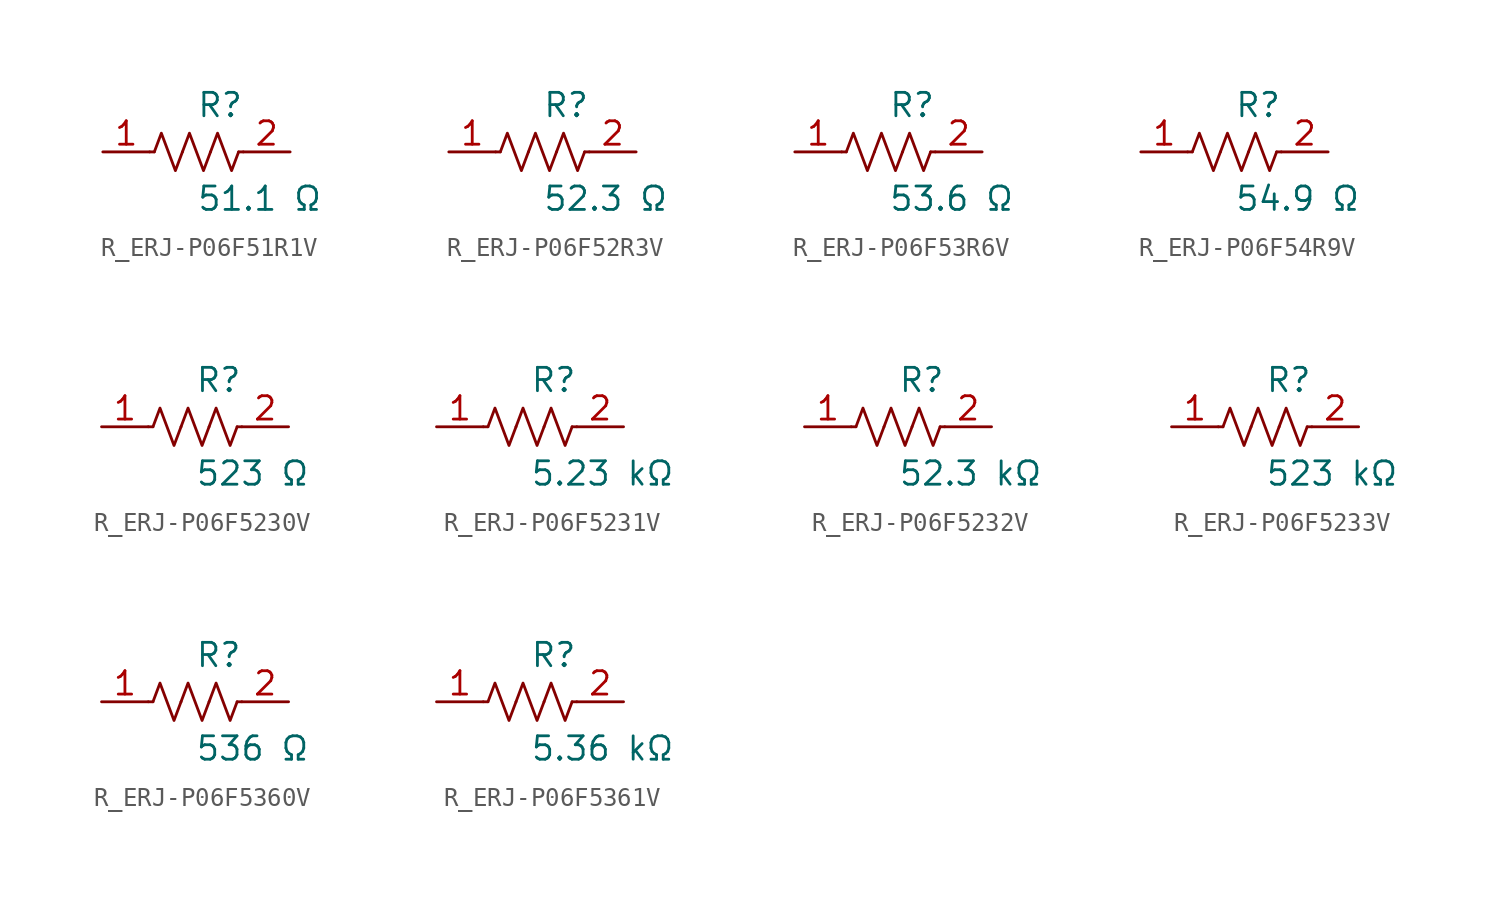
<source format=kicad_sym>
(kicad_symbol_lib
  (version 20231120)
  (generator kicad_symbol_editor)
  (generator_version 8.0)
  (symbol "R_ERJ-P06F51R1V"
    (pin_names
      (offset 0.254))
    (property "Reference" "R"
      (at 0.0 2.54 0)
      (effects (font (size 1.27 1.27)) (justify left)))
    (property "Value" "51.1 Ω"
      (at 0.0 -2.54 0)
      (effects (font (size 1.27 1.27)) (justify left)))
    (symbol "R_ERJ-P06F51R1V_0_1"
      (polyline (pts (xy 2.286 0) (xy 2.54 0)) (stroke (width 0) (type default)) (fill (type none)))
      (polyline (pts (xy -2.286 0) (xy -2.54 0)) (stroke (width 0) (type default)) (fill (type none)))
      (polyline (pts (xy 0.762 0) (xy 1.143 1.016) (xy 1.524 0) (xy 1.905 -1.016) (xy 2.286 0)) (stroke (width 0) (type default)) (fill (type none)))
      (polyline (pts (xy -0.762 0) (xy -0.381 1.016) (xy 0 0) (xy 0.381 -1.016) (xy 0.762 0)) (stroke (width 0) (type default)) (fill (type none)))
      (polyline (pts (xy -2.286 0) (xy -1.905 1.016) (xy -1.524 0) (xy -1.143 -1.016) (xy -0.762 0)) (stroke (width 0) (type default)) (fill (type none))))
    (pin unspecified line
      (at -5.08 0 0)
      (length 2.54)
      (name "" (effects (font (size 1.27 1.27))))
      (number "1" (effects (font (size 1.27 1.27)))))
    (pin unspecified line
      (at 5.08 0 180)
      (length 2.54)
      (name "" (effects (font (size 1.27 1.27))))
      (number "2" (effects (font (size 1.27 1.27))))))
  (symbol "R_ERJ-P06F52R3V"
    (pin_names
      (offset 0.254))
    (property "Reference" "R"
      (at 0.0 2.54 0)
      (effects (font (size 1.27 1.27)) (justify left)))
    (property "Value" "52.3 Ω"
      (at 0.0 -2.54 0)
      (effects (font (size 1.27 1.27)) (justify left)))
    (symbol "R_ERJ-P06F52R3V_0_1"
      (polyline (pts (xy 2.286 0) (xy 2.54 0)) (stroke (width 0) (type default)) (fill (type none)))
      (polyline (pts (xy -2.286 0) (xy -2.54 0)) (stroke (width 0) (type default)) (fill (type none)))
      (polyline (pts (xy 0.762 0) (xy 1.143 1.016) (xy 1.524 0) (xy 1.905 -1.016) (xy 2.286 0)) (stroke (width 0) (type default)) (fill (type none)))
      (polyline (pts (xy -0.762 0) (xy -0.381 1.016) (xy 0 0) (xy 0.381 -1.016) (xy 0.762 0)) (stroke (width 0) (type default)) (fill (type none)))
      (polyline (pts (xy -2.286 0) (xy -1.905 1.016) (xy -1.524 0) (xy -1.143 -1.016) (xy -0.762 0)) (stroke (width 0) (type default)) (fill (type none))))
    (pin unspecified line
      (at -5.08 0 0)
      (length 2.54)
      (name "" (effects (font (size 1.27 1.27))))
      (number "1" (effects (font (size 1.27 1.27)))))
    (pin unspecified line
      (at 5.08 0 180)
      (length 2.54)
      (name "" (effects (font (size 1.27 1.27))))
      (number "2" (effects (font (size 1.27 1.27))))))
  (symbol "R_ERJ-P06F53R6V"
    (pin_names
      (offset 0.254))
    (property "Reference" "R"
      (at 0.0 2.54 0)
      (effects (font (size 1.27 1.27)) (justify left)))
    (property "Value" "53.6 Ω"
      (at 0.0 -2.54 0)
      (effects (font (size 1.27 1.27)) (justify left)))
    (symbol "R_ERJ-P06F53R6V_0_1"
      (polyline (pts (xy 2.286 0) (xy 2.54 0)) (stroke (width 0) (type default)) (fill (type none)))
      (polyline (pts (xy -2.286 0) (xy -2.54 0)) (stroke (width 0) (type default)) (fill (type none)))
      (polyline (pts (xy 0.762 0) (xy 1.143 1.016) (xy 1.524 0) (xy 1.905 -1.016) (xy 2.286 0)) (stroke (width 0) (type default)) (fill (type none)))
      (polyline (pts (xy -0.762 0) (xy -0.381 1.016) (xy 0 0) (xy 0.381 -1.016) (xy 0.762 0)) (stroke (width 0) (type default)) (fill (type none)))
      (polyline (pts (xy -2.286 0) (xy -1.905 1.016) (xy -1.524 0) (xy -1.143 -1.016) (xy -0.762 0)) (stroke (width 0) (type default)) (fill (type none))))
    (pin unspecified line
      (at -5.08 0 0)
      (length 2.54)
      (name "" (effects (font (size 1.27 1.27))))
      (number "1" (effects (font (size 1.27 1.27)))))
    (pin unspecified line
      (at 5.08 0 180)
      (length 2.54)
      (name "" (effects (font (size 1.27 1.27))))
      (number "2" (effects (font (size 1.27 1.27))))))
  (symbol "R_ERJ-P06F54R9V"
    (pin_names
      (offset 0.254))
    (property "Reference" "R"
      (at 0.0 2.54 0)
      (effects (font (size 1.27 1.27)) (justify left)))
    (property "Value" "54.9 Ω"
      (at 0.0 -2.54 0)
      (effects (font (size 1.27 1.27)) (justify left)))
    (symbol "R_ERJ-P06F54R9V_0_1"
      (polyline (pts (xy 2.286 0) (xy 2.54 0)) (stroke (width 0) (type default)) (fill (type none)))
      (polyline (pts (xy -2.286 0) (xy -2.54 0)) (stroke (width 0) (type default)) (fill (type none)))
      (polyline (pts (xy 0.762 0) (xy 1.143 1.016) (xy 1.524 0) (xy 1.905 -1.016) (xy 2.286 0)) (stroke (width 0) (type default)) (fill (type none)))
      (polyline (pts (xy -0.762 0) (xy -0.381 1.016) (xy 0 0) (xy 0.381 -1.016) (xy 0.762 0)) (stroke (width 0) (type default)) (fill (type none)))
      (polyline (pts (xy -2.286 0) (xy -1.905 1.016) (xy -1.524 0) (xy -1.143 -1.016) (xy -0.762 0)) (stroke (width 0) (type default)) (fill (type none))))
    (pin unspecified line
      (at -5.08 0 0)
      (length 2.54)
      (name "" (effects (font (size 1.27 1.27))))
      (number "1" (effects (font (size 1.27 1.27)))))
    (pin unspecified line
      (at 5.08 0 180)
      (length 2.54)
      (name "" (effects (font (size 1.27 1.27))))
      (number "2" (effects (font (size 1.27 1.27))))))
  (symbol "R_ERJ-P06F5230V"
    (pin_names
      (offset 0.254))
    (property "Reference" "R"
      (at 0.0 2.54 0)
      (effects (font (size 1.27 1.27)) (justify left)))
    (property "Value" "523 Ω"
      (at 0.0 -2.54 0)
      (effects (font (size 1.27 1.27)) (justify left)))
    (symbol "R_ERJ-P06F5230V_0_1"
      (polyline (pts (xy 2.286 0) (xy 2.54 0)) (stroke (width 0) (type default)) (fill (type none)))
      (polyline (pts (xy -2.286 0) (xy -2.54 0)) (stroke (width 0) (type default)) (fill (type none)))
      (polyline (pts (xy 0.762 0) (xy 1.143 1.016) (xy 1.524 0) (xy 1.905 -1.016) (xy 2.286 0)) (stroke (width 0) (type default)) (fill (type none)))
      (polyline (pts (xy -0.762 0) (xy -0.381 1.016) (xy 0 0) (xy 0.381 -1.016) (xy 0.762 0)) (stroke (width 0) (type default)) (fill (type none)))
      (polyline (pts (xy -2.286 0) (xy -1.905 1.016) (xy -1.524 0) (xy -1.143 -1.016) (xy -0.762 0)) (stroke (width 0) (type default)) (fill (type none))))
    (pin unspecified line
      (at -5.08 0 0)
      (length 2.54)
      (name "" (effects (font (size 1.27 1.27))))
      (number "1" (effects (font (size 1.27 1.27)))))
    (pin unspecified line
      (at 5.08 0 180)
      (length 2.54)
      (name "" (effects (font (size 1.27 1.27))))
      (number "2" (effects (font (size 1.27 1.27))))))
  (symbol "R_ERJ-P06F5231V"
    (pin_names
      (offset 0.254))
    (property "Reference" "R"
      (at 0.0 2.54 0)
      (effects (font (size 1.27 1.27)) (justify left)))
    (property "Value" "5.23 kΩ"
      (at 0.0 -2.54 0)
      (effects (font (size 1.27 1.27)) (justify left)))
    (symbol "R_ERJ-P06F5231V_0_1"
      (polyline (pts (xy 2.286 0) (xy 2.54 0)) (stroke (width 0) (type default)) (fill (type none)))
      (polyline (pts (xy -2.286 0) (xy -2.54 0)) (stroke (width 0) (type default)) (fill (type none)))
      (polyline (pts (xy 0.762 0) (xy 1.143 1.016) (xy 1.524 0) (xy 1.905 -1.016) (xy 2.286 0)) (stroke (width 0) (type default)) (fill (type none)))
      (polyline (pts (xy -0.762 0) (xy -0.381 1.016) (xy 0 0) (xy 0.381 -1.016) (xy 0.762 0)) (stroke (width 0) (type default)) (fill (type none)))
      (polyline (pts (xy -2.286 0) (xy -1.905 1.016) (xy -1.524 0) (xy -1.143 -1.016) (xy -0.762 0)) (stroke (width 0) (type default)) (fill (type none))))
    (pin unspecified line
      (at -5.08 0 0)
      (length 2.54)
      (name "" (effects (font (size 1.27 1.27))))
      (number "1" (effects (font (size 1.27 1.27)))))
    (pin unspecified line
      (at 5.08 0 180)
      (length 2.54)
      (name "" (effects (font (size 1.27 1.27))))
      (number "2" (effects (font (size 1.27 1.27))))))
  (symbol "R_ERJ-P06F5232V"
    (pin_names
      (offset 0.254))
    (property "Reference" "R"
      (at 0.0 2.54 0)
      (effects (font (size 1.27 1.27)) (justify left)))
    (property "Value" "52.3 kΩ"
      (at 0.0 -2.54 0)
      (effects (font (size 1.27 1.27)) (justify left)))
    (symbol "R_ERJ-P06F5232V_0_1"
      (polyline (pts (xy 2.286 0) (xy 2.54 0)) (stroke (width 0) (type default)) (fill (type none)))
      (polyline (pts (xy -2.286 0) (xy -2.54 0)) (stroke (width 0) (type default)) (fill (type none)))
      (polyline (pts (xy 0.762 0) (xy 1.143 1.016) (xy 1.524 0) (xy 1.905 -1.016) (xy 2.286 0)) (stroke (width 0) (type default)) (fill (type none)))
      (polyline (pts (xy -0.762 0) (xy -0.381 1.016) (xy 0 0) (xy 0.381 -1.016) (xy 0.762 0)) (stroke (width 0) (type default)) (fill (type none)))
      (polyline (pts (xy -2.286 0) (xy -1.905 1.016) (xy -1.524 0) (xy -1.143 -1.016) (xy -0.762 0)) (stroke (width 0) (type default)) (fill (type none))))
    (pin unspecified line
      (at -5.08 0 0)
      (length 2.54)
      (name "" (effects (font (size 1.27 1.27))))
      (number "1" (effects (font (size 1.27 1.27)))))
    (pin unspecified line
      (at 5.08 0 180)
      (length 2.54)
      (name "" (effects (font (size 1.27 1.27))))
      (number "2" (effects (font (size 1.27 1.27))))))
  (symbol "R_ERJ-P06F5233V"
    (pin_names
      (offset 0.254))
    (property "Reference" "R"
      (at 0.0 2.54 0)
      (effects (font (size 1.27 1.27)) (justify left)))
    (property "Value" "523 kΩ"
      (at 0.0 -2.54 0)
      (effects (font (size 1.27 1.27)) (justify left)))
    (symbol "R_ERJ-P06F5233V_0_1"
      (polyline (pts (xy 2.286 0) (xy 2.54 0)) (stroke (width 0) (type default)) (fill (type none)))
      (polyline (pts (xy -2.286 0) (xy -2.54 0)) (stroke (width 0) (type default)) (fill (type none)))
      (polyline (pts (xy 0.762 0) (xy 1.143 1.016) (xy 1.524 0) (xy 1.905 -1.016) (xy 2.286 0)) (stroke (width 0) (type default)) (fill (type none)))
      (polyline (pts (xy -0.762 0) (xy -0.381 1.016) (xy 0 0) (xy 0.381 -1.016) (xy 0.762 0)) (stroke (width 0) (type default)) (fill (type none)))
      (polyline (pts (xy -2.286 0) (xy -1.905 1.016) (xy -1.524 0) (xy -1.143 -1.016) (xy -0.762 0)) (stroke (width 0) (type default)) (fill (type none))))
    (pin unspecified line
      (at -5.08 0 0)
      (length 2.54)
      (name "" (effects (font (size 1.27 1.27))))
      (number "1" (effects (font (size 1.27 1.27)))))
    (pin unspecified line
      (at 5.08 0 180)
      (length 2.54)
      (name "" (effects (font (size 1.27 1.27))))
      (number "2" (effects (font (size 1.27 1.27))))))
  (symbol "R_ERJ-P06F5360V"
    (pin_names
      (offset 0.254))
    (property "Reference" "R"
      (at 0.0 2.54 0)
      (effects (font (size 1.27 1.27)) (justify left)))
    (property "Value" "536 Ω"
      (at 0.0 -2.54 0)
      (effects (font (size 1.27 1.27)) (justify left)))
    (symbol "R_ERJ-P06F5360V_0_1"
      (polyline (pts (xy 2.286 0) (xy 2.54 0)) (stroke (width 0) (type default)) (fill (type none)))
      (polyline (pts (xy -2.286 0) (xy -2.54 0)) (stroke (width 0) (type default)) (fill (type none)))
      (polyline (pts (xy 0.762 0) (xy 1.143 1.016) (xy 1.524 0) (xy 1.905 -1.016) (xy 2.286 0)) (stroke (width 0) (type default)) (fill (type none)))
      (polyline (pts (xy -0.762 0) (xy -0.381 1.016) (xy 0 0) (xy 0.381 -1.016) (xy 0.762 0)) (stroke (width 0) (type default)) (fill (type none)))
      (polyline (pts (xy -2.286 0) (xy -1.905 1.016) (xy -1.524 0) (xy -1.143 -1.016) (xy -0.762 0)) (stroke (width 0) (type default)) (fill (type none))))
    (pin unspecified line
      (at -5.08 0 0)
      (length 2.54)
      (name "" (effects (font (size 1.27 1.27))))
      (number "1" (effects (font (size 1.27 1.27)))))
    (pin unspecified line
      (at 5.08 0 180)
      (length 2.54)
      (name "" (effects (font (size 1.27 1.27))))
      (number "2" (effects (font (size 1.27 1.27))))))
  (symbol "R_ERJ-P06F5361V"
    (pin_names
      (offset 0.254))
    (property "Reference" "R"
      (at 0.0 2.54 0)
      (effects (font (size 1.27 1.27)) (justify left)))
    (property "Value" "5.36 kΩ"
      (at 0.0 -2.54 0)
      (effects (font (size 1.27 1.27)) (justify left)))
    (symbol "R_ERJ-P06F5361V_0_1"
      (polyline (pts (xy 2.286 0) (xy 2.54 0)) (stroke (width 0) (type default)) (fill (type none)))
      (polyline (pts (xy -2.286 0) (xy -2.54 0)) (stroke (width 0) (type default)) (fill (type none)))
      (polyline (pts (xy 0.762 0) (xy 1.143 1.016) (xy 1.524 0) (xy 1.905 -1.016) (xy 2.286 0)) (stroke (width 0) (type default)) (fill (type none)))
      (polyline (pts (xy -0.762 0) (xy -0.381 1.016) (xy 0 0) (xy 0.381 -1.016) (xy 0.762 0)) (stroke (width 0) (type default)) (fill (type none)))
      (polyline (pts (xy -2.286 0) (xy -1.905 1.016) (xy -1.524 0) (xy -1.143 -1.016) (xy -0.762 0)) (stroke (width 0) (type default)) (fill (type none))))
    (pin unspecified line
      (at -5.08 0 0)
      (length 2.54)
      (name "" (effects (font (size 1.27 1.27))))
      (number "1" (effects (font (size 1.27 1.27)))))
    (pin unspecified line
      (at 5.08 0 180)
      (length 2.54)
      (name "" (effects (font (size 1.27 1.27))))
      (number "2" (effects (font (size 1.27 1.27)))))))
</source>
